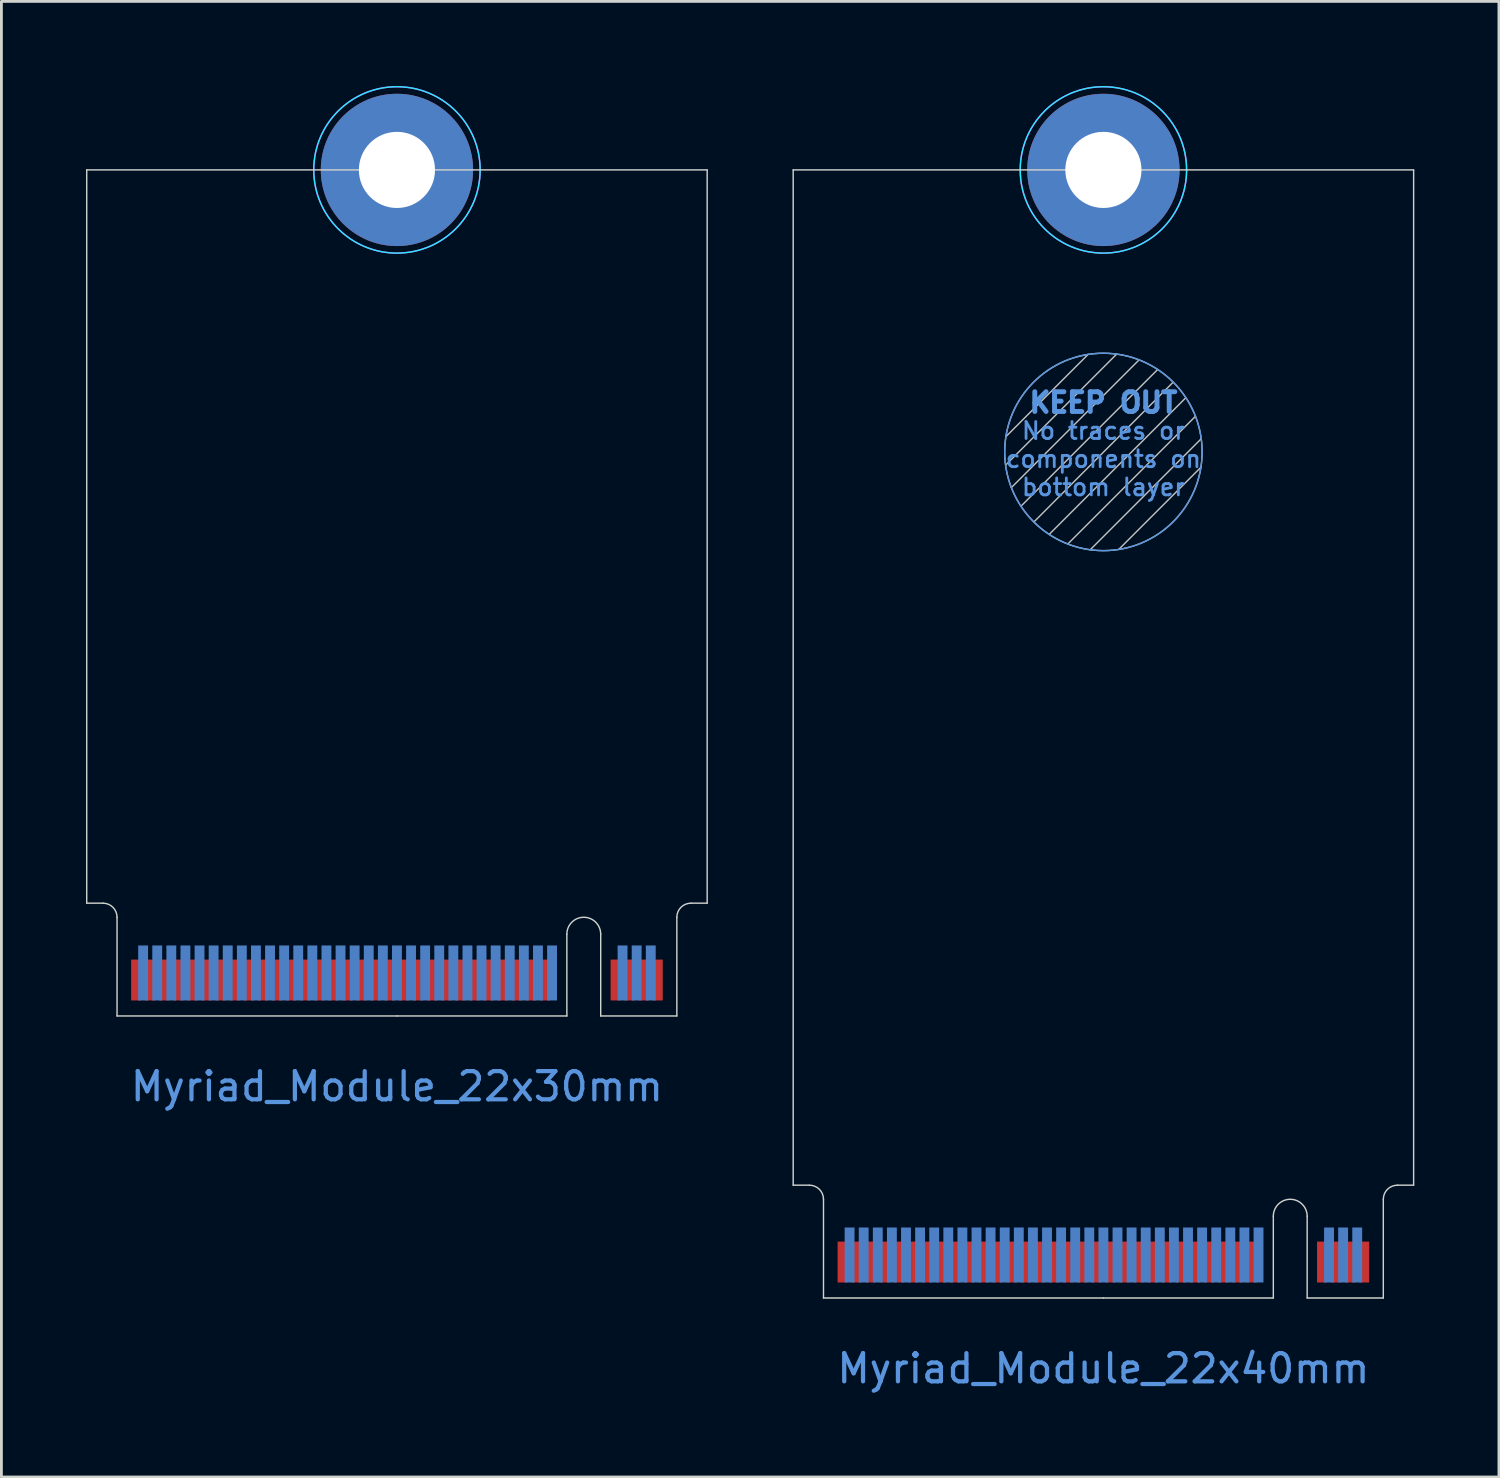
<source format=kicad_pcb>
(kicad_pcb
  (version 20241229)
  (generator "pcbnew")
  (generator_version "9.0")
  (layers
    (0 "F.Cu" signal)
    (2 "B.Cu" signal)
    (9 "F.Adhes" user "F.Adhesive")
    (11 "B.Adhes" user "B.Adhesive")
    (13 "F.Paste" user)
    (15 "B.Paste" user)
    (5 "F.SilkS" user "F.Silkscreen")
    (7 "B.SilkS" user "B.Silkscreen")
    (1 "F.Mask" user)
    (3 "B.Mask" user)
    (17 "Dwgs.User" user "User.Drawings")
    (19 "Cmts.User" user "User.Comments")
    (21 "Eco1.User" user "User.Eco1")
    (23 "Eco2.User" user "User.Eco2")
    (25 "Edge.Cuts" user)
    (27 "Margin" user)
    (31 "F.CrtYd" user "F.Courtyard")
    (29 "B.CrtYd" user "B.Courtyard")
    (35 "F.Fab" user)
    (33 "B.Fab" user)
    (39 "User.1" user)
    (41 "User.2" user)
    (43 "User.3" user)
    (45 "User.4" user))
  (footprint "Myriad_Module_22x40mm"
    (layer "F.Cu")
    (at 36.075 42.975)
    (property "Reference" "Myriad_Module_22x40mm" (at 0 2.5 0) (layer "Cmts.User") (effects (font (size 1 1) (thickness 0.15))))
    (attr exclude_from_pos_files exclude_from_bom)
    (fp_poly (pts (xy -9.925 0) (xy 6.025 0) (xy 6.025 -2) (xy -9.925 -2)) (stroke (width 0.1) (type solid)) (fill yes) (layer "F.Mask"))
    (fp_poly (pts (xy 7.225 0) (xy 9.925 0) (xy 9.925 -2) (xy 7.225 -2)) (stroke (width 0.1) (type solid)) (fill yes) (layer "F.Mask"))
    (fp_poly (pts (xy -9.925 0) (xy 6.025 0) (xy 6.025 -2.5) (xy -9.925 -2.5)) (stroke (width 0.1) (type solid)) (fill yes) (layer "B.Mask"))
    (fp_poly (pts (xy 7.225 0) (xy 9.925 0) (xy 9.925 -2.5) (xy 7.225 -2.5)) (stroke (width 0.1) (type solid)) (fill yes) (layer "B.Mask"))
    (fp_line (start -3.469 -29.531) (end 0.469 -33.469) (stroke (width 0.05) (type solid)) (layer "Dwgs.User"))
    (fp_line (start -3.458 -30.542) (end -0.542 -33.458) (stroke (width 0.05) (type solid)) (layer "Dwgs.User"))
    (fp_line (start -3.264 -28.736) (end 1.264 -33.264) (stroke (width 0.05) (type solid)) (layer "Dwgs.User"))
    (fp_line (start -2.924 -28.076) (end 1.924 -32.924) (stroke (width 0.05) (type solid)) (layer "Dwgs.User"))
    (fp_line (start -1.924 -27.076) (end 2.924 -31.924) (stroke (width 0.05) (type solid)) (layer "Dwgs.User"))
    (fp_line (start -1.264 -26.736) (end 3.264 -31.264) (stroke (width 0.05) (type solid)) (layer "Dwgs.User"))
    (fp_line (start -0.469 -26.531) (end 3.469 -30.469) (stroke (width 0.05) (type solid)) (layer "Dwgs.User"))
    (fp_line (start 0.542 -26.542) (end 3.458 -29.458) (stroke (width 0.05) (type solid)) (layer "Dwgs.User"))
    (fp_line (start 2.457 -32.457) (end -2.457 -27.525) (stroke (width 0.05) (type solid)) (layer "Dwgs.User"))
    (fp_circle (center 0 -30) (end 3.5 -30) (stroke (width 0.05) (type solid)) (fill no) (layer "Dwgs.User"))
    (fp_circle (center 0 -30) (end 3.5 -30) (stroke (width 0.05) (type solid)) (fill no) (layer "Cmts.User"))
    (fp_line (start -11 -40) (end 11 -40) (stroke (width 0.05) (type solid)) (layer "Edge.Cuts"))
    (fp_line (start -11 -4) (end -11 -40) (stroke (width 0.05) (type solid)) (layer "Edge.Cuts"))
    (fp_line (start -11 -4) (end -10.425 -4) (stroke (width 0.05) (type solid)) (layer "Edge.Cuts"))
    (fp_line (start -9.925 -3.5) (end -9.925 0) (stroke (width 0.05) (type solid)) (layer "Edge.Cuts"))
    (fp_line (start -9.925 0) (end 0 0) (stroke (width 0.05) (type solid)) (layer "Edge.Cuts"))
    (fp_line (start 0 0) (end 6.025 0) (stroke (width 0.05) (type solid)) (layer "Edge.Cuts"))
    (fp_line (start 6.025 0) (end 6.025 -2.9) (stroke (width 0.05) (type solid)) (layer "Edge.Cuts"))
    (fp_line (start 7.225 -2.9) (end 7.225 0) (stroke (width 0.05) (type solid)) (layer "Edge.Cuts"))
    (fp_line (start 7.225 0) (end 9.925 0) (stroke (width 0.05) (type solid)) (layer "Edge.Cuts"))
    (fp_line (start 9.925 0) (end 9.925 -3.5) (stroke (width 0.05) (type solid)) (layer "Edge.Cuts"))
    (fp_line (start 10.425 -4) (end 11 -4) (stroke (width 0.05) (type solid)) (layer "Edge.Cuts"))
    (fp_line (start 11 -4) (end 11 -40) (stroke (width 0.05) (type solid)) (layer "Edge.Cuts"))
    (fp_arc (start -10.425 -4) (mid -10.071447 -3.853553) (end -9.925 -3.5) (stroke (width 0.05) (type solid)) (layer "Edge.Cuts"))
    (fp_arc (start 6.025 -2.9) (mid 6.625 -3.5) (end 7.225 -2.9) (stroke (width 0.05) (type solid)) (layer "Edge.Cuts"))
    (fp_arc (start 9.925 -3.5) (mid 10.071447 -3.853553) (end 10.425 -4) (stroke (width 0.05) (type solid)) (layer "Edge.Cuts"))
    (fp_circle (center 0 -40) (end 2.95 -40) (stroke (width 0.05) (type solid)) (fill no) (layer "B.CrtYd"))
    (fp_circle (center 0 -40) (end 2.95 -40) (stroke (width 0.05) (type solid)) (fill no) (layer "F.CrtYd"))
    (fp_text user "bottom layer" (at 0 -28.75 0) (unlocked yes) (layer "Cmts.User") (effects (font (size 0.6 0.6) (thickness 0.1))))
    (fp_text user "KEEP OUT" (at 0 -31.75 0) (unlocked yes) (layer "Cmts.User") (effects (font (size 0.7 0.7) (thickness 0.175))))
    (fp_text user "components on" (at 0 -29.75 0) (unlocked yes) (layer "Cmts.User") (effects (font (size 0.6 0.6) (thickness 0.1))))
    (fp_text user "No traces or" (at 0 -30.75 0) (unlocked yes) (layer "Cmts.User") (effects (font (size 0.6 0.6) (thickness 0.1))))
    (pad "1" smd rect (at 9.25 -1.275) (size 0.35 1.45) (layers "F.Cu"))
    (pad "2" thru_hole circle (at 0 -40) (size 5.4 5.4) (drill 2.7) (layers "*.Cu" "*.Mask"))
    (pad "2" smd rect (at 9 -1.525) (size 0.35 1.95) (layers "B.Cu"))
    (pad "3" smd rect (at 8.75 -1.275) (size 0.35 1.45) (layers "F.Cu"))
    (pad "4" smd rect (at 8.5 -1.525) (size 0.35 1.95) (layers "B.Cu"))
    (pad "5" smd rect (at 8.25 -1.275) (size 0.35 1.45) (layers "F.Cu"))
    (pad "6" smd rect (at 8 -1.525) (size 0.35 1.95) (layers "B.Cu"))
    (pad "7" smd rect (at 7.75 -1.275) (size 0.35 1.45) (layers "F.Cu"))
    (pad "16" smd rect (at 5.5 -1.525) (size 0.35 1.95) (layers "B.Cu"))
    (pad "17" smd rect (at 5.25 -1.275) (size 0.35 1.45) (layers "F.Cu"))
    (pad "18" smd rect (at 5 -1.525) (size 0.35 1.95) (layers "B.Cu"))
    (pad "19" smd rect (at 4.75 -1.275) (size 0.35 1.45) (layers "F.Cu"))
    (pad "20" smd rect (at 4.5 -1.525) (size 0.35 1.95) (layers "B.Cu"))
    (pad "21" smd rect (at 4.25 -1.275) (size 0.35 1.45) (layers "F.Cu"))
    (pad "22" smd rect (at 4 -1.525) (size 0.35 1.95) (layers "B.Cu"))
    (pad "23" smd rect (at 3.75 -1.275) (size 0.35 1.45) (layers "F.Cu"))
    (pad "24" smd rect (at 3.5 -1.525) (size 0.35 1.95) (layers "B.Cu"))
    (pad "25" smd rect (at 3.25 -1.275) (size 0.35 1.45) (layers "F.Cu"))
    (pad "26" smd rect (at 3 -1.525) (size 0.35 1.95) (layers "B.Cu"))
    (pad "27" smd rect (at 2.75 -1.275) (size 0.35 1.45) (layers "F.Cu"))
    (pad "28" smd rect (at 2.5 -1.525) (size 0.35 1.95) (layers "B.Cu"))
    (pad "29" smd rect (at 2.25 -1.275) (size 0.35 1.45) (layers "F.Cu"))
    (pad "30" smd rect (at 2 -1.525) (size 0.35 1.95) (layers "B.Cu"))
    (pad "31" smd rect (at 1.75 -1.275) (size 0.35 1.45) (layers "F.Cu"))
    (pad "32" smd rect (at 1.5 -1.525) (size 0.35 1.95) (layers "B.Cu"))
    (pad "33" smd rect (at 1.25 -1.275) (size 0.35 1.45) (layers "F.Cu"))
    (pad "34" smd rect (at 1 -1.525) (size 0.35 1.95) (layers "B.Cu"))
    (pad "35" smd rect (at 0.75 -1.275) (size 0.35 1.45) (layers "F.Cu"))
    (pad "36" smd rect (at 0.5 -1.525) (size 0.35 1.95) (layers "B.Cu"))
    (pad "37" smd rect (at 0.25 -1.275) (size 0.35 1.45) (layers "F.Cu"))
    (pad "38" smd rect (at 0 -1.525) (size 0.35 1.95) (layers "B.Cu"))
    (pad "39" smd rect (at -0.25 -1.275) (size 0.35 1.45) (layers "F.Cu"))
    (pad "40" smd rect (at -0.5 -1.525) (size 0.35 1.95) (layers "B.Cu"))
    (pad "41" smd rect (at -0.75 -1.275) (size 0.35 1.45) (layers "F.Cu"))
    (pad "42" smd rect (at -1 -1.525) (size 0.35 1.95) (layers "B.Cu"))
    (pad "43" smd rect (at -1.25 -1.275) (size 0.35 1.45) (layers "F.Cu"))
    (pad "44" smd rect (at -1.5 -1.525) (size 0.35 1.95) (layers "B.Cu"))
    (pad "45" smd rect (at -1.75 -1.275) (size 0.35 1.45) (layers "F.Cu"))
    (pad "46" smd rect (at -2 -1.525) (size 0.35 1.95) (layers "B.Cu"))
    (pad "47" smd rect (at -2.25 -1.275) (size 0.35 1.45) (layers "F.Cu"))
    (pad "48" smd rect (at -2.5 -1.525) (size 0.35 1.95) (layers "B.Cu"))
    (pad "49" smd rect (at -2.75 -1.275) (size 0.35 1.45) (layers "F.Cu"))
    (pad "50" smd rect (at -3 -1.525) (size 0.35 1.95) (layers "B.Cu"))
    (pad "51" smd rect (at -3.25 -1.275) (size 0.35 1.45) (layers "F.Cu"))
    (pad "52" smd rect (at -3.5 -1.525) (size 0.35 1.95) (layers "B.Cu"))
    (pad "53" smd rect (at -3.75 -1.275) (size 0.35 1.45) (layers "F.Cu"))
    (pad "54" smd rect (at -4 -1.525) (size 0.35 1.95) (layers "B.Cu"))
    (pad "55" smd rect (at -4.25 -1.275) (size 0.35 1.45) (layers "F.Cu"))
    (pad "56" smd rect (at -4.5 -1.525) (size 0.35 1.95) (layers "B.Cu"))
    (pad "57" smd rect (at -4.75 -1.275) (size 0.35 1.45) (layers "F.Cu"))
    (pad "58" smd rect (at -5 -1.525) (size 0.35 1.95) (layers "B.Cu"))
    (pad "59" smd rect (at -5.25 -1.275) (size 0.35 1.45) (layers "F.Cu"))
    (pad "60" smd rect (at -5.5 -1.525) (size 0.35 1.95) (layers "B.Cu"))
    (pad "61" smd rect (at -5.75 -1.275) (size 0.35 1.45) (layers "F.Cu"))
    (pad "62" smd rect (at -6 -1.525) (size 0.35 1.95) (layers "B.Cu"))
    (pad "63" smd rect (at -6.25 -1.275) (size 0.35 1.45) (layers "F.Cu"))
    (pad "64" smd rect (at -6.5 -1.525) (size 0.35 1.95) (layers "B.Cu"))
    (pad "65" smd rect (at -6.75 -1.275) (size 0.35 1.45) (layers "F.Cu"))
    (pad "66" smd rect (at -7 -1.525) (size 0.35 1.95) (layers "B.Cu"))
    (pad "67" smd rect (at -7.25 -1.275) (size 0.35 1.45) (layers "F.Cu"))
    (pad "68" smd rect (at -7.5 -1.525) (size 0.35 1.95) (layers "B.Cu"))
    (pad "69" smd rect (at -7.75 -1.275) (size 0.35 1.45) (layers "F.Cu"))
    (pad "70" smd rect (at -8 -1.525) (size 0.35 1.95) (layers "B.Cu"))
    (pad "71" smd rect (at -8.25 -1.275) (size 0.35 1.45) (layers "F.Cu"))
    (pad "72" smd rect (at -8.5 -1.525) (size 0.35 1.95) (layers "B.Cu"))
    (pad "73" smd rect (at -8.75 -1.275) (size 0.35 1.45) (layers "F.Cu"))
    (pad "74" smd rect (at -9 -1.525) (size 0.35 1.95) (layers "B.Cu"))
    (pad "75" smd rect (at -9.25 -1.275) (size 0.35 1.45) (layers "F.Cu")))
  (footprint "Myriad_Module_22x30mm"
    (layer "F.Cu")
    (at 11.025 32.975)
    (property "Reference" "Myriad_Module_22x30mm" (at 0 2.5 0) (layer "Cmts.User") (effects (font (size 1 1) (thickness 0.15))))
    (attr exclude_from_pos_files exclude_from_bom)
    (fp_poly (pts (xy -9.925 0) (xy 6.025 0) (xy 6.025 -2) (xy -9.925 -2)) (stroke (width 0.1) (type solid)) (fill yes) (layer "F.Mask"))
    (fp_poly (pts (xy 7.225 0) (xy 9.925 0) (xy 9.925 -2) (xy 7.225 -2)) (stroke (width 0.1) (type solid)) (fill yes) (layer "F.Mask"))
    (fp_poly (pts (xy -9.925 0) (xy 6.025 0) (xy 6.025 -2.5) (xy -9.925 -2.5)) (stroke (width 0.1) (type solid)) (fill yes) (layer "B.Mask"))
    (fp_poly (pts (xy 7.225 0) (xy 9.925 0) (xy 9.925 -2.5) (xy 7.225 -2.5)) (stroke (width 0.1) (type solid)) (fill yes) (layer "B.Mask"))
    (fp_line (start -11 -30) (end 11 -30) (stroke (width 0.05) (type solid)) (layer "Edge.Cuts"))
    (fp_line (start -11 -4) (end -11 -30) (stroke (width 0.05) (type solid)) (layer "Edge.Cuts"))
    (fp_line (start -11 -4) (end -10.425 -4) (stroke (width 0.05) (type solid)) (layer "Edge.Cuts"))
    (fp_line (start -9.925 -3.5) (end -9.925 0) (stroke (width 0.05) (type solid)) (layer "Edge.Cuts"))
    (fp_line (start -9.925 0) (end 0 0) (stroke (width 0.05) (type solid)) (layer "Edge.Cuts"))
    (fp_line (start 0 0) (end 6.025 0) (stroke (width 0.05) (type solid)) (layer "Edge.Cuts"))
    (fp_line (start 6.025 0) (end 6.025 -2.9) (stroke (width 0.05) (type solid)) (layer "Edge.Cuts"))
    (fp_line (start 7.225 -2.9) (end 7.225 0) (stroke (width 0.05) (type solid)) (layer "Edge.Cuts"))
    (fp_line (start 7.225 0) (end 9.925 0) (stroke (width 0.05) (type solid)) (layer "Edge.Cuts"))
    (fp_line (start 9.925 0) (end 9.925 -3.5) (stroke (width 0.05) (type solid)) (layer "Edge.Cuts"))
    (fp_line (start 10.425 -4) (end 11 -4) (stroke (width 0.05) (type solid)) (layer "Edge.Cuts"))
    (fp_line (start 11 -4) (end 11 -30) (stroke (width 0.05) (type solid)) (layer "Edge.Cuts"))
    (fp_arc (start -10.425 -4) (mid -10.071447 -3.853553) (end -9.925 -3.5) (stroke (width 0.05) (type solid)) (layer "Edge.Cuts"))
    (fp_arc (start 6.025 -2.9) (mid 6.625 -3.5) (end 7.225 -2.9) (stroke (width 0.05) (type solid)) (layer "Edge.Cuts"))
    (fp_arc (start 9.925 -3.5) (mid 10.071447 -3.853553) (end 10.425 -4) (stroke (width 0.05) (type solid)) (layer "Edge.Cuts"))
    (fp_circle (center 0 -30) (end 2.95 -30) (stroke (width 0.05) (type solid)) (fill no) (layer "B.CrtYd"))
    (fp_circle (center 0 -30) (end 2.95 -30) (stroke (width 0.05) (type solid)) (fill no) (layer "F.CrtYd"))
    (pad "1" smd rect (at 9.25 -1.275) (size 0.35 1.45) (layers "F.Cu"))
    (pad "2" thru_hole circle (at 0 -30) (size 5.4 5.4) (drill 2.7) (layers "*.Cu" "*.Mask"))
    (pad "2" smd rect (at 9 -1.525) (size 0.35 1.95) (layers "B.Cu"))
    (pad "3" smd rect (at 8.75 -1.275) (size 0.35 1.45) (layers "F.Cu"))
    (pad "4" smd rect (at 8.5 -1.525) (size 0.35 1.95) (layers "B.Cu"))
    (pad "5" smd rect (at 8.25 -1.275) (size 0.35 1.45) (layers "F.Cu"))
    (pad "6" smd rect (at 8 -1.525) (size 0.35 1.95) (layers "B.Cu"))
    (pad "7" smd rect (at 7.75 -1.275) (size 0.35 1.45) (layers "F.Cu"))
    (pad "16" smd rect (at 5.5 -1.525) (size 0.35 1.95) (layers "B.Cu"))
    (pad "17" smd rect (at 5.25 -1.275) (size 0.35 1.45) (layers "F.Cu"))
    (pad "18" smd rect (at 5 -1.525) (size 0.35 1.95) (layers "B.Cu"))
    (pad "19" smd rect (at 4.75 -1.275) (size 0.35 1.45) (layers "F.Cu"))
    (pad "20" smd rect (at 4.5 -1.525) (size 0.35 1.95) (layers "B.Cu"))
    (pad "21" smd rect (at 4.25 -1.275) (size 0.35 1.45) (layers "F.Cu"))
    (pad "22" smd rect (at 4 -1.525) (size 0.35 1.95) (layers "B.Cu"))
    (pad "23" smd rect (at 3.75 -1.275) (size 0.35 1.45) (layers "F.Cu"))
    (pad "24" smd rect (at 3.5 -1.525) (size 0.35 1.95) (layers "B.Cu"))
    (pad "25" smd rect (at 3.25 -1.275) (size 0.35 1.45) (layers "F.Cu"))
    (pad "26" smd rect (at 3 -1.525) (size 0.35 1.95) (layers "B.Cu"))
    (pad "27" smd rect (at 2.75 -1.275) (size 0.35 1.45) (layers "F.Cu"))
    (pad "28" smd rect (at 2.5 -1.525) (size 0.35 1.95) (layers "B.Cu"))
    (pad "29" smd rect (at 2.25 -1.275) (size 0.35 1.45) (layers "F.Cu"))
    (pad "30" smd rect (at 2 -1.525) (size 0.35 1.95) (layers "B.Cu"))
    (pad "31" smd rect (at 1.75 -1.275) (size 0.35 1.45) (layers "F.Cu"))
    (pad "32" smd rect (at 1.5 -1.525) (size 0.35 1.95) (layers "B.Cu"))
    (pad "33" smd rect (at 1.25 -1.275) (size 0.35 1.45) (layers "F.Cu"))
    (pad "34" smd rect (at 1 -1.525) (size 0.35 1.95) (layers "B.Cu"))
    (pad "35" smd rect (at 0.75 -1.275) (size 0.35 1.45) (layers "F.Cu"))
    (pad "36" smd rect (at 0.5 -1.525) (size 0.35 1.95) (layers "B.Cu"))
    (pad "37" smd rect (at 0.25 -1.275) (size 0.35 1.45) (layers "F.Cu"))
    (pad "38" smd rect (at 0 -1.525) (size 0.35 1.95) (layers "B.Cu"))
    (pad "39" smd rect (at -0.25 -1.275) (size 0.35 1.45) (layers "F.Cu"))
    (pad "40" smd rect (at -0.5 -1.525) (size 0.35 1.95) (layers "B.Cu"))
    (pad "41" smd rect (at -0.75 -1.275) (size 0.35 1.45) (layers "F.Cu"))
    (pad "42" smd rect (at -1 -1.525) (size 0.35 1.95) (layers "B.Cu"))
    (pad "43" smd rect (at -1.25 -1.275) (size 0.35 1.45) (layers "F.Cu"))
    (pad "44" smd rect (at -1.5 -1.525) (size 0.35 1.95) (layers "B.Cu"))
    (pad "45" smd rect (at -1.75 -1.275) (size 0.35 1.45) (layers "F.Cu"))
    (pad "46" smd rect (at -2 -1.525) (size 0.35 1.95) (layers "B.Cu"))
    (pad "47" smd rect (at -2.25 -1.275) (size 0.35 1.45) (layers "F.Cu"))
    (pad "48" smd rect (at -2.5 -1.525) (size 0.35 1.95) (layers "B.Cu"))
    (pad "49" smd rect (at -2.75 -1.275) (size 0.35 1.45) (layers "F.Cu"))
    (pad "50" smd rect (at -3 -1.525) (size 0.35 1.95) (layers "B.Cu"))
    (pad "51" smd rect (at -3.25 -1.275) (size 0.35 1.45) (layers "F.Cu"))
    (pad "52" smd rect (at -3.5 -1.525) (size 0.35 1.95) (layers "B.Cu"))
    (pad "53" smd rect (at -3.75 -1.275) (size 0.35 1.45) (layers "F.Cu"))
    (pad "54" smd rect (at -4 -1.525) (size 0.35 1.95) (layers "B.Cu"))
    (pad "55" smd rect (at -4.25 -1.275) (size 0.35 1.45) (layers "F.Cu"))
    (pad "56" smd rect (at -4.5 -1.525) (size 0.35 1.95) (layers "B.Cu"))
    (pad "57" smd rect (at -4.75 -1.275) (size 0.35 1.45) (layers "F.Cu"))
    (pad "58" smd rect (at -5 -1.525) (size 0.35 1.95) (layers "B.Cu"))
    (pad "59" smd rect (at -5.25 -1.275) (size 0.35 1.45) (layers "F.Cu"))
    (pad "60" smd rect (at -5.5 -1.525) (size 0.35 1.95) (layers "B.Cu"))
    (pad "61" smd rect (at -5.75 -1.275) (size 0.35 1.45) (layers "F.Cu"))
    (pad "62" smd rect (at -6 -1.525) (size 0.35 1.95) (layers "B.Cu"))
    (pad "63" smd rect (at -6.25 -1.275) (size 0.35 1.45) (layers "F.Cu"))
    (pad "64" smd rect (at -6.5 -1.525) (size 0.35 1.95) (layers "B.Cu"))
    (pad "65" smd rect (at -6.75 -1.275) (size 0.35 1.45) (layers "F.Cu"))
    (pad "66" smd rect (at -7 -1.525) (size 0.35 1.95) (layers "B.Cu"))
    (pad "67" smd rect (at -7.25 -1.275) (size 0.35 1.45) (layers "F.Cu"))
    (pad "68" smd rect (at -7.5 -1.525) (size 0.35 1.95) (layers "B.Cu"))
    (pad "69" smd rect (at -7.75 -1.275) (size 0.35 1.45) (layers "F.Cu"))
    (pad "70" smd rect (at -8 -1.525) (size 0.35 1.95) (layers "B.Cu"))
    (pad "71" smd rect (at -8.25 -1.275) (size 0.35 1.45) (layers "F.Cu"))
    (pad "72" smd rect (at -8.5 -1.525) (size 0.35 1.95) (layers "B.Cu"))
    (pad "73" smd rect (at -8.75 -1.275) (size 0.35 1.45) (layers "F.Cu"))
    (pad "74" smd rect (at -9 -1.525) (size 0.35 1.95) (layers "B.Cu"))
    (pad "75" smd rect (at -9.25 -1.275) (size 0.35 1.45) (layers "F.Cu")))
  (gr_rect
    (start -3 -3)
    (end 50.1 49.323)
    (stroke (width 0.1) (type default))
    (fill no)
    (layer "Edge.Cuts")))
</source>
